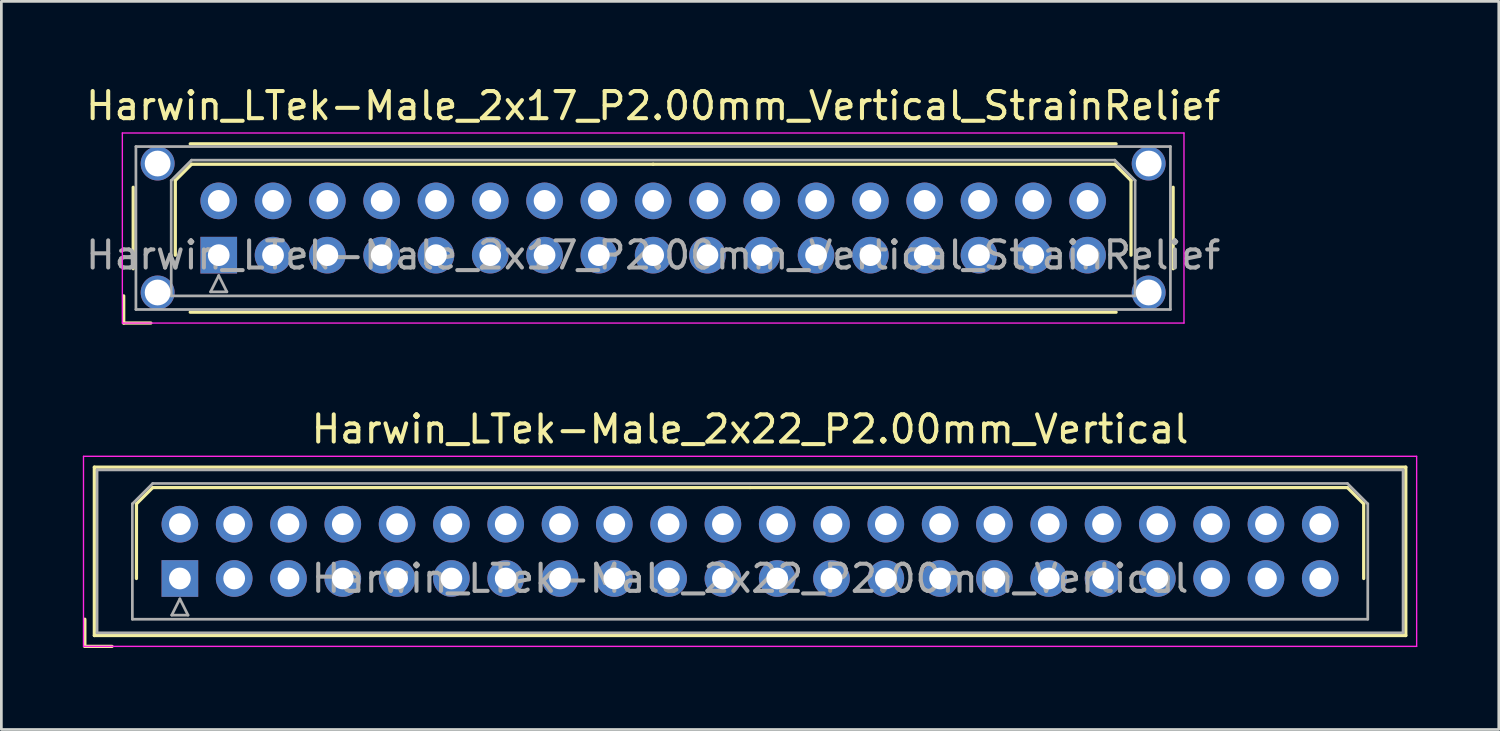
<source format=kicad_pcb>
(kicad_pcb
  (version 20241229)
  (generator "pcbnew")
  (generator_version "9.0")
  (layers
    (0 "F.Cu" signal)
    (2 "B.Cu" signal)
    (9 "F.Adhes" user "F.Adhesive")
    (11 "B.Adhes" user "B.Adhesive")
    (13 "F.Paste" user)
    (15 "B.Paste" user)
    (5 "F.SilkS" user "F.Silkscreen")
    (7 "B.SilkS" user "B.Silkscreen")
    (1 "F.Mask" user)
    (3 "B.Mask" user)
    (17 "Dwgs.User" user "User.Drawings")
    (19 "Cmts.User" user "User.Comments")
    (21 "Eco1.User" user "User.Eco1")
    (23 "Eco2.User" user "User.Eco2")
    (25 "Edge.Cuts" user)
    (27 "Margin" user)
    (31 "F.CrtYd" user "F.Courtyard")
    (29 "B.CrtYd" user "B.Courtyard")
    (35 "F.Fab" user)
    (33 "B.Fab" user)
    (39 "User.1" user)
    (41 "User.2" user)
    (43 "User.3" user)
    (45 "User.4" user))
  (footprint "Harwin_LTek-Male_2x22_P2.00mm_Vertical"
    (layer "F.Cu")
    (at 3.575 18.256)
    (property "Reference" "Harwin_LTek-Male_2x22_P2.00mm_Vertical" (at 21 -5.5 0) (layer "F.SilkS") (effects (font (size 1 1) (thickness 0.15))))
    (attr through_hole)
    (fp_line (start -3.5 1.5) (end -3.5 2.5) (stroke (width 0.12) (type solid)) (layer "F.SilkS"))
    (fp_line (start -3.5 2.5) (end -2.5 2.5) (stroke (width 0.12) (type solid)) (layer "F.SilkS"))
    (fp_line (start -3.15 -4.1) (end -3.15 2.1) (stroke (width 0.12) (type solid)) (layer "F.SilkS"))
    (fp_line (start -3.15 2.1) (end 45.15 2.1) (stroke (width 0.12) (type solid)) (layer "F.SilkS"))
    (fp_line (start -1.6 -2.75) (end -1 -3.35) (stroke (width 0.12) (type solid)) (layer "F.SilkS"))
    (fp_line (start -1.6 0) (end -1.6 -2.75) (stroke (width 0.12) (type solid)) (layer "F.SilkS"))
    (fp_line (start -1 -3.35) (end 21 -3.35) (stroke (width 0.12) (type solid)) (layer "F.SilkS"))
    (fp_line (start 43 -3.35) (end 21 -3.35) (stroke (width 0.12) (type solid)) (layer "F.SilkS"))
    (fp_line (start 43.6 -2.75) (end 43 -3.35) (stroke (width 0.12) (type solid)) (layer "F.SilkS"))
    (fp_line (start 43.6 0) (end 43.6 -2.75) (stroke (width 0.12) (type solid)) (layer "F.SilkS"))
    (fp_line (start 45.15 -4.1) (end -3.15 -4.1) (stroke (width 0.12) (type solid)) (layer "F.SilkS"))
    (fp_line (start 45.15 2.1) (end 45.15 -4.1) (stroke (width 0.12) (type solid)) (layer "F.SilkS"))
    (fp_line (start -3.55 -4.5) (end -3.55 2.5) (stroke (width 0.05) (type solid)) (layer "F.CrtYd"))
    (fp_line (start -3.55 2.5) (end 45.55 2.5) (stroke (width 0.05) (type solid)) (layer "F.CrtYd"))
    (fp_line (start 45.55 -4.5) (end -3.55 -4.5) (stroke (width 0.05) (type solid)) (layer "F.CrtYd"))
    (fp_line (start 45.55 2.5) (end 45.55 -4.5) (stroke (width 0.05) (type solid)) (layer "F.CrtYd"))
    (fp_line (start -3.05 -4) (end -3.05 2) (stroke (width 0.1) (type solid)) (layer "F.Fab"))
    (fp_line (start -3.05 2) (end 45.05 2) (stroke (width 0.1) (type solid)) (layer "F.Fab"))
    (fp_line (start -1.75 -2.75) (end -1 -3.5) (stroke (width 0.1) (type solid)) (layer "F.Fab"))
    (fp_line (start -1.75 1.5) (end -1.75 -2.75) (stroke (width 0.1) (type solid)) (layer "F.Fab"))
    (fp_line (start -1 -3.5) (end 43 -3.5) (stroke (width 0.1) (type solid)) (layer "F.Fab"))
    (fp_line (start -0.3 1.35) (end 0.3 1.35) (stroke (width 0.1) (type solid)) (layer "F.Fab"))
    (fp_line (start 0 0.75) (end -0.3 1.35) (stroke (width 0.1) (type solid)) (layer "F.Fab"))
    (fp_line (start 0.3 1.35) (end 0 0.75) (stroke (width 0.1) (type solid)) (layer "F.Fab"))
    (fp_line (start 43 -3.5) (end 43.75 -2.75) (stroke (width 0.1) (type solid)) (layer "F.Fab"))
    (fp_line (start 43.75 -2.75) (end 43.75 1.5) (stroke (width 0.1) (type solid)) (layer "F.Fab"))
    (fp_line (start 43.75 1.5) (end -1.75 1.5) (stroke (width 0.1) (type solid)) (layer "F.Fab"))
    (fp_line (start 45.05 -4) (end -3.05 -4) (stroke (width 0.1) (type solid)) (layer "F.Fab"))
    (fp_line (start 45.05 2) (end 45.05 -4) (stroke (width 0.1) (type solid)) (layer "F.Fab"))
    (fp_text user "${REFERENCE}" (at 21 0 0) (layer "F.Fab") (effects (font (size 1 1) (thickness 0.15))))
    (pad "1" thru_hole rect (at 0 0) (size 1.35 1.35) (drill 0.8) (layers "*.Cu" "*.Mask"))
    (pad "2" thru_hole circle (at 0 -2) (size 1.35 1.35) (drill 0.8) (layers "*.Cu" "*.Mask"))
    (pad "3" thru_hole circle (at 2 0) (size 1.35 1.35) (drill 0.8) (layers "*.Cu" "*.Mask"))
    (pad "4" thru_hole circle (at 2 -2) (size 1.35 1.35) (drill 0.8) (layers "*.Cu" "*.Mask"))
    (pad "5" thru_hole circle (at 4 0) (size 1.35 1.35) (drill 0.8) (layers "*.Cu" "*.Mask"))
    (pad "6" thru_hole circle (at 4 -2) (size 1.35 1.35) (drill 0.8) (layers "*.Cu" "*.Mask"))
    (pad "7" thru_hole circle (at 6 0) (size 1.35 1.35) (drill 0.8) (layers "*.Cu" "*.Mask"))
    (pad "8" thru_hole circle (at 6 -2) (size 1.35 1.35) (drill 0.8) (layers "*.Cu" "*.Mask"))
    (pad "9" thru_hole circle (at 8 0) (size 1.35 1.35) (drill 0.8) (layers "*.Cu" "*.Mask"))
    (pad "10" thru_hole circle (at 8 -2) (size 1.35 1.35) (drill 0.8) (layers "*.Cu" "*.Mask"))
    (pad "11" thru_hole circle (at 10 0) (size 1.35 1.35) (drill 0.8) (layers "*.Cu" "*.Mask"))
    (pad "12" thru_hole circle (at 10 -2) (size 1.35 1.35) (drill 0.8) (layers "*.Cu" "*.Mask"))
    (pad "13" thru_hole circle (at 12 0) (size 1.35 1.35) (drill 0.8) (layers "*.Cu" "*.Mask"))
    (pad "14" thru_hole circle (at 12 -2) (size 1.35 1.35) (drill 0.8) (layers "*.Cu" "*.Mask"))
    (pad "15" thru_hole circle (at 14 0) (size 1.35 1.35) (drill 0.8) (layers "*.Cu" "*.Mask"))
    (pad "16" thru_hole circle (at 14 -2) (size 1.35 1.35) (drill 0.8) (layers "*.Cu" "*.Mask"))
    (pad "17" thru_hole circle (at 16 0) (size 1.35 1.35) (drill 0.8) (layers "*.Cu" "*.Mask"))
    (pad "18" thru_hole circle (at 16 -2) (size 1.35 1.35) (drill 0.8) (layers "*.Cu" "*.Mask"))
    (pad "19" thru_hole circle (at 18 0) (size 1.35 1.35) (drill 0.8) (layers "*.Cu" "*.Mask"))
    (pad "20" thru_hole circle (at 18 -2) (size 1.35 1.35) (drill 0.8) (layers "*.Cu" "*.Mask"))
    (pad "21" thru_hole circle (at 20 0) (size 1.35 1.35) (drill 0.8) (layers "*.Cu" "*.Mask"))
    (pad "22" thru_hole circle (at 20 -2) (size 1.35 1.35) (drill 0.8) (layers "*.Cu" "*.Mask"))
    (pad "23" thru_hole circle (at 22 0) (size 1.35 1.35) (drill 0.8) (layers "*.Cu" "*.Mask"))
    (pad "24" thru_hole circle (at 22 -2) (size 1.35 1.35) (drill 0.8) (layers "*.Cu" "*.Mask"))
    (pad "25" thru_hole circle (at 24 0) (size 1.35 1.35) (drill 0.8) (layers "*.Cu" "*.Mask"))
    (pad "26" thru_hole circle (at 24 -2) (size 1.35 1.35) (drill 0.8) (layers "*.Cu" "*.Mask"))
    (pad "27" thru_hole circle (at 26 0) (size 1.35 1.35) (drill 0.8) (layers "*.Cu" "*.Mask"))
    (pad "28" thru_hole circle (at 26 -2) (size 1.35 1.35) (drill 0.8) (layers "*.Cu" "*.Mask"))
    (pad "29" thru_hole circle (at 28 0) (size 1.35 1.35) (drill 0.8) (layers "*.Cu" "*.Mask"))
    (pad "30" thru_hole circle (at 28 -2) (size 1.35 1.35) (drill 0.8) (layers "*.Cu" "*.Mask"))
    (pad "31" thru_hole circle (at 30 0) (size 1.35 1.35) (drill 0.8) (layers "*.Cu" "*.Mask"))
    (pad "32" thru_hole circle (at 30 -2) (size 1.35 1.35) (drill 0.8) (layers "*.Cu" "*.Mask"))
    (pad "33" thru_hole circle (at 32 0) (size 1.35 1.35) (drill 0.8) (layers "*.Cu" "*.Mask"))
    (pad "34" thru_hole circle (at 32 -2) (size 1.35 1.35) (drill 0.8) (layers "*.Cu" "*.Mask"))
    (pad "35" thru_hole circle (at 34 0) (size 1.35 1.35) (drill 0.8) (layers "*.Cu" "*.Mask"))
    (pad "36" thru_hole circle (at 34 -2) (size 1.35 1.35) (drill 0.8) (layers "*.Cu" "*.Mask"))
    (pad "37" thru_hole circle (at 36 0) (size 1.35 1.35) (drill 0.8) (layers "*.Cu" "*.Mask"))
    (pad "38" thru_hole circle (at 36 -2) (size 1.35 1.35) (drill 0.8) (layers "*.Cu" "*.Mask"))
    (pad "39" thru_hole circle (at 38 0) (size 1.35 1.35) (drill 0.8) (layers "*.Cu" "*.Mask"))
    (pad "40" thru_hole circle (at 38 -2) (size 1.35 1.35) (drill 0.8) (layers "*.Cu" "*.Mask"))
    (pad "41" thru_hole circle (at 40 0) (size 1.35 1.35) (drill 0.8) (layers "*.Cu" "*.Mask"))
    (pad "42" thru_hole circle (at 40 -2) (size 1.35 1.35) (drill 0.8) (layers "*.Cu" "*.Mask"))
    (pad "43" thru_hole circle (at 42 0) (size 1.35 1.35) (drill 0.8) (layers "*.Cu" "*.Mask"))
    (pad "44" thru_hole circle (at 42 -2) (size 1.35 1.35) (drill 0.8) (layers "*.Cu" "*.Mask")))
  (footprint "Harwin_LTek-Male_2x17_P2.00mm_Vertical_StrainRelief"
    (layer "F.Cu")
    (at 5.006 6.348)
    (property "Reference" "Harwin_LTek-Male_2x17_P2.00mm_Vertical_StrainRelief" (at 16 -5.5 0) (layer "F.SilkS") (effects (font (size 1 1) (thickness 0.15))))
    (attr through_hole)
    (fp_line (start -3.5 1.5) (end -3.5 2.5) (stroke (width 0.12) (type solid)) (layer "F.SilkS"))
    (fp_line (start -3.5 2.5) (end -2.5 2.5) (stroke (width 0.12) (type solid)) (layer "F.SilkS"))
    (fp_line (start -3.15 -2.5) (end -3.15 0.5) (stroke (width 0.12) (type solid)) (layer "F.SilkS"))
    (fp_line (start -1.6 -2.75) (end -1 -3.35) (stroke (width 0.12) (type solid)) (layer "F.SilkS"))
    (fp_line (start -1.6 0) (end -1.6 -2.75) (stroke (width 0.12) (type solid)) (layer "F.SilkS"))
    (fp_line (start -1.05 -4.1) (end 33.05 -4.1) (stroke (width 0.12) (type solid)) (layer "F.SilkS"))
    (fp_line (start -1.05 2.1) (end 33.05 2.1) (stroke (width 0.12) (type solid)) (layer "F.SilkS"))
    (fp_line (start -1 -3.35) (end 16 -3.35) (stroke (width 0.12) (type solid)) (layer "F.SilkS"))
    (fp_line (start 33 -3.35) (end 16 -3.35) (stroke (width 0.12) (type solid)) (layer "F.SilkS"))
    (fp_line (start 33.6 -2.75) (end 33 -3.35) (stroke (width 0.12) (type solid)) (layer "F.SilkS"))
    (fp_line (start 33.6 0) (end 33.6 -2.75) (stroke (width 0.12) (type solid)) (layer "F.SilkS"))
    (fp_line (start 35.15 -2.5) (end 35.15 0.5) (stroke (width 0.12) (type solid)) (layer "F.SilkS"))
    (fp_line (start -3.55 -4.5) (end -3.55 2.5) (stroke (width 0.05) (type solid)) (layer "F.CrtYd"))
    (fp_line (start -3.55 2.5) (end 35.55 2.5) (stroke (width 0.05) (type solid)) (layer "F.CrtYd"))
    (fp_line (start 35.55 -4.5) (end -3.55 -4.5) (stroke (width 0.05) (type solid)) (layer "F.CrtYd"))
    (fp_line (start 35.55 2.5) (end 35.55 -4.5) (stroke (width 0.05) (type solid)) (layer "F.CrtYd"))
    (fp_line (start -3.05 -4) (end -3.05 2) (stroke (width 0.1) (type solid)) (layer "F.Fab"))
    (fp_line (start -3.05 2) (end 35.05 2) (stroke (width 0.1) (type solid)) (layer "F.Fab"))
    (fp_line (start -1.75 -2.75) (end -1 -3.5) (stroke (width 0.1) (type solid)) (layer "F.Fab"))
    (fp_line (start -1.75 1.5) (end -1.75 -2.75) (stroke (width 0.1) (type solid)) (layer "F.Fab"))
    (fp_line (start -1 -3.5) (end 33 -3.5) (stroke (width 0.1) (type solid)) (layer "F.Fab"))
    (fp_line (start -0.3 1.35) (end 0.3 1.35) (stroke (width 0.1) (type solid)) (layer "F.Fab"))
    (fp_line (start 0 0.75) (end -0.3 1.35) (stroke (width 0.1) (type solid)) (layer "F.Fab"))
    (fp_line (start 0.3 1.35) (end 0 0.75) (stroke (width 0.1) (type solid)) (layer "F.Fab"))
    (fp_line (start 33 -3.5) (end 33.75 -2.75) (stroke (width 0.1) (type solid)) (layer "F.Fab"))
    (fp_line (start 33.75 -2.75) (end 33.75 1.5) (stroke (width 0.1) (type solid)) (layer "F.Fab"))
    (fp_line (start 33.75 1.5) (end -1.75 1.5) (stroke (width 0.1) (type solid)) (layer "F.Fab"))
    (fp_line (start 35.05 -4) (end -3.05 -4) (stroke (width 0.1) (type solid)) (layer "F.Fab"))
    (fp_line (start 35.05 2) (end 35.05 -4) (stroke (width 0.1) (type solid)) (layer "F.Fab"))
    (fp_text user "${REFERENCE}" (at 16 0 0) (layer "F.Fab") (effects (font (size 1 1) (thickness 0.15))))
    (pad "" thru_hole circle (at -2.25 -3.375) (size 1.25 1.25) (drill 0.95) (layers "*.Cu" "*.Mask"))
    (pad "" thru_hole circle (at -2.25 1.375) (size 1.25 1.25) (drill 0.95) (layers "*.Cu" "*.Mask"))
    (pad "" thru_hole circle (at 34.25 -3.375) (size 1.25 1.25) (drill 0.95) (layers "*.Cu" "*.Mask"))
    (pad "" thru_hole circle (at 34.25 1.375) (size 1.25 1.25) (drill 0.95) (layers "*.Cu" "*.Mask"))
    (pad "1" thru_hole rect (at 0 0) (size 1.35 1.35) (drill 0.8) (layers "*.Cu" "*.Mask"))
    (pad "2" thru_hole circle (at 0 -2) (size 1.35 1.35) (drill 0.8) (layers "*.Cu" "*.Mask"))
    (pad "3" thru_hole circle (at 2 0) (size 1.35 1.35) (drill 0.8) (layers "*.Cu" "*.Mask"))
    (pad "4" thru_hole circle (at 2 -2) (size 1.35 1.35) (drill 0.8) (layers "*.Cu" "*.Mask"))
    (pad "5" thru_hole circle (at 4 0) (size 1.35 1.35) (drill 0.8) (layers "*.Cu" "*.Mask"))
    (pad "6" thru_hole circle (at 4 -2) (size 1.35 1.35) (drill 0.8) (layers "*.Cu" "*.Mask"))
    (pad "7" thru_hole circle (at 6 0) (size 1.35 1.35) (drill 0.8) (layers "*.Cu" "*.Mask"))
    (pad "8" thru_hole circle (at 6 -2) (size 1.35 1.35) (drill 0.8) (layers "*.Cu" "*.Mask"))
    (pad "9" thru_hole circle (at 8 0) (size 1.35 1.35) (drill 0.8) (layers "*.Cu" "*.Mask"))
    (pad "10" thru_hole circle (at 8 -2) (size 1.35 1.35) (drill 0.8) (layers "*.Cu" "*.Mask"))
    (pad "11" thru_hole circle (at 10 0) (size 1.35 1.35) (drill 0.8) (layers "*.Cu" "*.Mask"))
    (pad "12" thru_hole circle (at 10 -2) (size 1.35 1.35) (drill 0.8) (layers "*.Cu" "*.Mask"))
    (pad "13" thru_hole circle (at 12 0) (size 1.35 1.35) (drill 0.8) (layers "*.Cu" "*.Mask"))
    (pad "14" thru_hole circle (at 12 -2) (size 1.35 1.35) (drill 0.8) (layers "*.Cu" "*.Mask"))
    (pad "15" thru_hole circle (at 14 0) (size 1.35 1.35) (drill 0.8) (layers "*.Cu" "*.Mask"))
    (pad "16" thru_hole circle (at 14 -2) (size 1.35 1.35) (drill 0.8) (layers "*.Cu" "*.Mask"))
    (pad "17" thru_hole circle (at 16 0) (size 1.35 1.35) (drill 0.8) (layers "*.Cu" "*.Mask"))
    (pad "18" thru_hole circle (at 16 -2) (size 1.35 1.35) (drill 0.8) (layers "*.Cu" "*.Mask"))
    (pad "19" thru_hole circle (at 18 0) (size 1.35 1.35) (drill 0.8) (layers "*.Cu" "*.Mask"))
    (pad "20" thru_hole circle (at 18 -2) (size 1.35 1.35) (drill 0.8) (layers "*.Cu" "*.Mask"))
    (pad "21" thru_hole circle (at 20 0) (size 1.35 1.35) (drill 0.8) (layers "*.Cu" "*.Mask"))
    (pad "22" thru_hole circle (at 20 -2) (size 1.35 1.35) (drill 0.8) (layers "*.Cu" "*.Mask"))
    (pad "23" thru_hole circle (at 22 0) (size 1.35 1.35) (drill 0.8) (layers "*.Cu" "*.Mask"))
    (pad "24" thru_hole circle (at 22 -2) (size 1.35 1.35) (drill 0.8) (layers "*.Cu" "*.Mask"))
    (pad "25" thru_hole circle (at 24 0) (size 1.35 1.35) (drill 0.8) (layers "*.Cu" "*.Mask"))
    (pad "26" thru_hole circle (at 24 -2) (size 1.35 1.35) (drill 0.8) (layers "*.Cu" "*.Mask"))
    (pad "27" thru_hole circle (at 26 0) (size 1.35 1.35) (drill 0.8) (layers "*.Cu" "*.Mask"))
    (pad "28" thru_hole circle (at 26 -2) (size 1.35 1.35) (drill 0.8) (layers "*.Cu" "*.Mask"))
    (pad "29" thru_hole circle (at 28 0) (size 1.35 1.35) (drill 0.8) (layers "*.Cu" "*.Mask"))
    (pad "30" thru_hole circle (at 28 -2) (size 1.35 1.35) (drill 0.8) (layers "*.Cu" "*.Mask"))
    (pad "31" thru_hole circle (at 30 0) (size 1.35 1.35) (drill 0.8) (layers "*.Cu" "*.Mask"))
    (pad "32" thru_hole circle (at 30 -2) (size 1.35 1.35) (drill 0.8) (layers "*.Cu" "*.Mask"))
    (pad "33" thru_hole circle (at 32 0) (size 1.35 1.35) (drill 0.8) (layers "*.Cu" "*.Mask"))
    (pad "34" thru_hole circle (at 32 -2) (size 1.35 1.35) (drill 0.8) (layers "*.Cu" "*.Mask")))
  (gr_rect
    (start -3 -3)
    (end 52.15 23.817)
    (stroke (width 0.1) (type default))
    (fill no)
    (layer "Edge.Cuts")))
</source>
